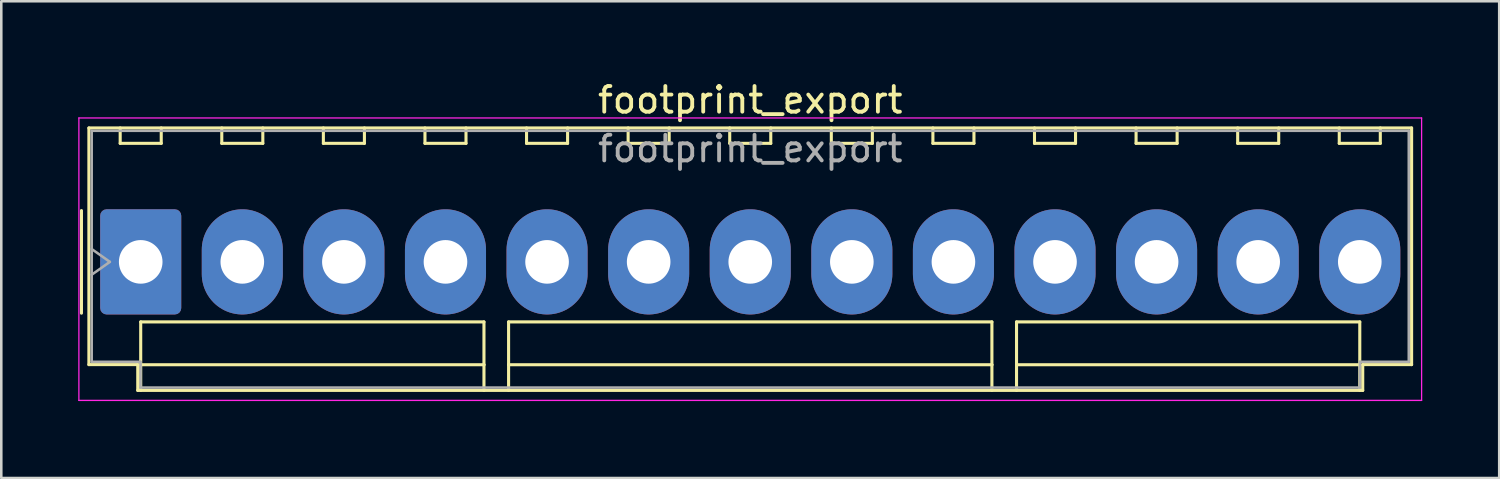
<source format=kicad_pcb>
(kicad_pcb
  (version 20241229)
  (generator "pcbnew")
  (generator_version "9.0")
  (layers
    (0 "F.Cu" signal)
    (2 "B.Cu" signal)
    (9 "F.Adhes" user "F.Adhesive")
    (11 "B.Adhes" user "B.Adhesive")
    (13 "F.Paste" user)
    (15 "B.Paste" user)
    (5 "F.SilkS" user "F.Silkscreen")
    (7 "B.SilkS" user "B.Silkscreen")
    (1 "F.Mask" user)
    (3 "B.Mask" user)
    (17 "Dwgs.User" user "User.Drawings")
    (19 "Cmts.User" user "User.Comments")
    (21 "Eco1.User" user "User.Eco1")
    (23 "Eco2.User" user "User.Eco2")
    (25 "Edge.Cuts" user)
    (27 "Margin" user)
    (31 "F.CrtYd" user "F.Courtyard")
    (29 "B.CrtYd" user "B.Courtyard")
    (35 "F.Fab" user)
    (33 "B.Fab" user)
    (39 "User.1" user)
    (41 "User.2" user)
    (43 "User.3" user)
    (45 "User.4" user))
  (footprint "footprint_export"
    (layer "F.Cu")
    (at 2.435 7.158)
    (property "Reference" "footprint_export" (at 23.76 -6.31 0) (layer "F.SilkS") (effects (font (size 1 1) (thickness 0.15))))
    (attr through_hole)
    (fp_line (start -2.31 -2) (end -2.31 2) (stroke (width 0.12) (type solid)) (layer "F.SilkS"))
    (fp_line (start -2.02 -5.22) (end 49.54 -5.22) (stroke (width 0.12) (type solid)) (layer "F.SilkS"))
    (fp_line (start -2.02 4.005) (end -2.02 -5.22) (stroke (width 0.12) (type solid)) (layer "F.SilkS"))
    (fp_line (start -0.8 -5.22) (end -0.8 -4.62) (stroke (width 0.12) (type solid)) (layer "F.SilkS"))
    (fp_line (start -0.8 -4.62) (end 0.8 -4.62) (stroke (width 0.12) (type solid)) (layer "F.SilkS"))
    (fp_line (start -0.115 4.005) (end -2.02 4.005) (stroke (width 0.12) (type solid)) (layer "F.SilkS"))
    (fp_line (start -0.115 5.01) (end -0.115 4.005) (stroke (width 0.12) (type solid)) (layer "F.SilkS"))
    (fp_line (start 0 2.34) (end 13.38 2.34) (stroke (width 0.12) (type solid)) (layer "F.SilkS"))
    (fp_line (start 0 4.01) (end 0 2.34) (stroke (width 0.12) (type solid)) (layer "F.SilkS"))
    (fp_line (start 0 4.01) (end 13.38 4.01) (stroke (width 0.12) (type solid)) (layer "F.SilkS"))
    (fp_line (start 0 5.01) (end 0 4.01) (stroke (width 0.12) (type solid)) (layer "F.SilkS"))
    (fp_line (start 0.8 -4.62) (end 0.8 -5.22) (stroke (width 0.12) (type solid)) (layer "F.SilkS"))
    (fp_line (start 3.16 -5.22) (end 3.16 -4.62) (stroke (width 0.12) (type solid)) (layer "F.SilkS"))
    (fp_line (start 3.16 -4.62) (end 4.76 -4.62) (stroke (width 0.12) (type solid)) (layer "F.SilkS"))
    (fp_line (start 4.76 -4.62) (end 4.76 -5.22) (stroke (width 0.12) (type solid)) (layer "F.SilkS"))
    (fp_line (start 7.12 -5.22) (end 7.12 -4.62) (stroke (width 0.12) (type solid)) (layer "F.SilkS"))
    (fp_line (start 7.12 -4.62) (end 8.72 -4.62) (stroke (width 0.12) (type solid)) (layer "F.SilkS"))
    (fp_line (start 8.72 -4.62) (end 8.72 -5.22) (stroke (width 0.12) (type solid)) (layer "F.SilkS"))
    (fp_line (start 11.08 -5.22) (end 11.08 -4.62) (stroke (width 0.12) (type solid)) (layer "F.SilkS"))
    (fp_line (start 11.08 -4.62) (end 12.68 -4.62) (stroke (width 0.12) (type solid)) (layer "F.SilkS"))
    (fp_line (start 12.68 -4.62) (end 12.68 -5.22) (stroke (width 0.12) (type solid)) (layer "F.SilkS"))
    (fp_line (start 13.38 2.34) (end 13.38 4.01) (stroke (width 0.12) (type solid)) (layer "F.SilkS"))
    (fp_line (start 13.38 4.01) (end 13.38 5.01) (stroke (width 0.12) (type solid)) (layer "F.SilkS"))
    (fp_line (start 14.34 2.34) (end 33.18 2.34) (stroke (width 0.12) (type solid)) (layer "F.SilkS"))
    (fp_line (start 14.34 4.01) (end 14.34 2.34) (stroke (width 0.12) (type solid)) (layer "F.SilkS"))
    (fp_line (start 14.34 4.01) (end 33.18 4.01) (stroke (width 0.12) (type solid)) (layer "F.SilkS"))
    (fp_line (start 14.34 5.01) (end 14.34 4.01) (stroke (width 0.12) (type solid)) (layer "F.SilkS"))
    (fp_line (start 15.04 -5.22) (end 15.04 -4.62) (stroke (width 0.12) (type solid)) (layer "F.SilkS"))
    (fp_line (start 15.04 -4.62) (end 16.64 -4.62) (stroke (width 0.12) (type solid)) (layer "F.SilkS"))
    (fp_line (start 16.64 -4.62) (end 16.64 -5.22) (stroke (width 0.12) (type solid)) (layer "F.SilkS"))
    (fp_line (start 19 -5.22) (end 19 -4.62) (stroke (width 0.12) (type solid)) (layer "F.SilkS"))
    (fp_line (start 19 -4.62) (end 20.6 -4.62) (stroke (width 0.12) (type solid)) (layer "F.SilkS"))
    (fp_line (start 20.6 -4.62) (end 20.6 -5.22) (stroke (width 0.12) (type solid)) (layer "F.SilkS"))
    (fp_line (start 22.96 -5.22) (end 22.96 -4.62) (stroke (width 0.12) (type solid)) (layer "F.SilkS"))
    (fp_line (start 22.96 -4.62) (end 24.56 -4.62) (stroke (width 0.12) (type solid)) (layer "F.SilkS"))
    (fp_line (start 24.56 -4.62) (end 24.56 -5.22) (stroke (width 0.12) (type solid)) (layer "F.SilkS"))
    (fp_line (start 26.92 -5.22) (end 26.92 -4.62) (stroke (width 0.12) (type solid)) (layer "F.SilkS"))
    (fp_line (start 26.92 -4.62) (end 28.52 -4.62) (stroke (width 0.12) (type solid)) (layer "F.SilkS"))
    (fp_line (start 28.52 -4.62) (end 28.52 -5.22) (stroke (width 0.12) (type solid)) (layer "F.SilkS"))
    (fp_line (start 30.88 -5.22) (end 30.88 -4.62) (stroke (width 0.12) (type solid)) (layer "F.SilkS"))
    (fp_line (start 30.88 -4.62) (end 32.48 -4.62) (stroke (width 0.12) (type solid)) (layer "F.SilkS"))
    (fp_line (start 32.48 -4.62) (end 32.48 -5.22) (stroke (width 0.12) (type solid)) (layer "F.SilkS"))
    (fp_line (start 33.18 2.34) (end 33.18 4.01) (stroke (width 0.12) (type solid)) (layer "F.SilkS"))
    (fp_line (start 33.18 4.01) (end 33.18 5.01) (stroke (width 0.12) (type solid)) (layer "F.SilkS"))
    (fp_line (start 34.14 2.34) (end 47.52 2.34) (stroke (width 0.12) (type solid)) (layer "F.SilkS"))
    (fp_line (start 34.14 4.01) (end 34.14 2.34) (stroke (width 0.12) (type solid)) (layer "F.SilkS"))
    (fp_line (start 34.14 4.01) (end 47.52 4.01) (stroke (width 0.12) (type solid)) (layer "F.SilkS"))
    (fp_line (start 34.14 5.01) (end 34.14 4.01) (stroke (width 0.12) (type solid)) (layer "F.SilkS"))
    (fp_line (start 34.84 -5.22) (end 34.84 -4.62) (stroke (width 0.12) (type solid)) (layer "F.SilkS"))
    (fp_line (start 34.84 -4.62) (end 36.44 -4.62) (stroke (width 0.12) (type solid)) (layer "F.SilkS"))
    (fp_line (start 36.44 -4.62) (end 36.44 -5.22) (stroke (width 0.12) (type solid)) (layer "F.SilkS"))
    (fp_line (start 38.8 -5.22) (end 38.8 -4.62) (stroke (width 0.12) (type solid)) (layer "F.SilkS"))
    (fp_line (start 38.8 -4.62) (end 40.4 -4.62) (stroke (width 0.12) (type solid)) (layer "F.SilkS"))
    (fp_line (start 40.4 -4.62) (end 40.4 -5.22) (stroke (width 0.12) (type solid)) (layer "F.SilkS"))
    (fp_line (start 42.76 -5.22) (end 42.76 -4.62) (stroke (width 0.12) (type solid)) (layer "F.SilkS"))
    (fp_line (start 42.76 -4.62) (end 44.36 -4.62) (stroke (width 0.12) (type solid)) (layer "F.SilkS"))
    (fp_line (start 44.36 -4.62) (end 44.36 -5.22) (stroke (width 0.12) (type solid)) (layer "F.SilkS"))
    (fp_line (start 46.72 -5.22) (end 46.72 -4.62) (stroke (width 0.12) (type solid)) (layer "F.SilkS"))
    (fp_line (start 46.72 -4.62) (end 48.32 -4.62) (stroke (width 0.12) (type solid)) (layer "F.SilkS"))
    (fp_line (start 47.52 2.34) (end 47.52 4.01) (stroke (width 0.12) (type solid)) (layer "F.SilkS"))
    (fp_line (start 47.52 4.01) (end 47.52 5.01) (stroke (width 0.12) (type solid)) (layer "F.SilkS"))
    (fp_line (start 47.635 4.005) (end 47.635 5.01) (stroke (width 0.12) (type solid)) (layer "F.SilkS"))
    (fp_line (start 47.635 5.01) (end -0.115 5.01) (stroke (width 0.12) (type solid)) (layer "F.SilkS"))
    (fp_line (start 48.32 -4.62) (end 48.32 -5.22) (stroke (width 0.12) (type solid)) (layer "F.SilkS"))
    (fp_line (start 49.54 -5.22) (end 49.54 4.005) (stroke (width 0.12) (type solid)) (layer "F.SilkS"))
    (fp_line (start 49.54 4.005) (end 47.635 4.005) (stroke (width 0.12) (type solid)) (layer "F.SilkS"))
    (fp_line (start -2.41 -5.61) (end -2.41 5.4) (stroke (width 0.05) (type solid)) (layer "F.CrtYd"))
    (fp_line (start -2.41 5.4) (end 49.93 5.4) (stroke (width 0.05) (type solid)) (layer "F.CrtYd"))
    (fp_line (start 49.93 -5.61) (end -2.41 -5.61) (stroke (width 0.05) (type solid)) (layer "F.CrtYd"))
    (fp_line (start 49.93 5.4) (end 49.93 -5.61) (stroke (width 0.05) (type solid)) (layer "F.CrtYd"))
    (fp_line (start -1.91 -5.11) (end 49.43 -5.11) (stroke (width 0.1) (type solid)) (layer "F.Fab"))
    (fp_line (start -1.91 -0.5) (end -1.203 0) (stroke (width 0.1) (type solid)) (layer "F.Fab"))
    (fp_line (start -1.91 3.895) (end -1.91 -5.11) (stroke (width 0.1) (type solid)) (layer "F.Fab"))
    (fp_line (start -1.203 0) (end -1.91 0.5) (stroke (width 0.1) (type solid)) (layer "F.Fab"))
    (fp_line (start -0.005 3.895) (end -1.91 3.895) (stroke (width 0.1) (type solid)) (layer "F.Fab"))
    (fp_line (start -0.005 4.9) (end -0.005 3.895) (stroke (width 0.1) (type solid)) (layer "F.Fab"))
    (fp_line (start 47.525 3.895) (end 47.525 4.9) (stroke (width 0.1) (type solid)) (layer "F.Fab"))
    (fp_line (start 47.525 4.9) (end -0.005 4.9) (stroke (width 0.1) (type solid)) (layer "F.Fab"))
    (fp_line (start 49.43 -5.11) (end 49.43 3.895) (stroke (width 0.1) (type solid)) (layer "F.Fab"))
    (fp_line (start 49.43 3.895) (end 47.525 3.895) (stroke (width 0.1) (type solid)) (layer "F.Fab"))
    (fp_text user "${REFERENCE}" (at 23.76 -4.41 0) (layer "F.Fab") (effects (font (size 1 1) (thickness 0.15))))
    (pad "1" thru_hole roundrect (at 0 0) (size 3.16 4.1) (drill 1.7) (layers "*.Cu" "*.Mask") (roundrect_rratio 0.079))
    (pad "2" thru_hole oval (at 3.96 0) (size 3.16 4.1) (drill 1.7) (layers "*.Cu" "*.Mask"))
    (pad "3" thru_hole oval (at 7.92 0) (size 3.16 4.1) (drill 1.7) (layers "*.Cu" "*.Mask"))
    (pad "4" thru_hole oval (at 11.88 0) (size 3.16 4.1) (drill 1.7) (layers "*.Cu" "*.Mask"))
    (pad "5" thru_hole oval (at 15.84 0) (size 3.16 4.1) (drill 1.7) (layers "*.Cu" "*.Mask"))
    (pad "6" thru_hole oval (at 19.8 0) (size 3.16 4.1) (drill 1.7) (layers "*.Cu" "*.Mask"))
    (pad "7" thru_hole oval (at 23.76 0) (size 3.16 4.1) (drill 1.7) (layers "*.Cu" "*.Mask"))
    (pad "8" thru_hole oval (at 27.72 0) (size 3.16 4.1) (drill 1.7) (layers "*.Cu" "*.Mask"))
    (pad "9" thru_hole oval (at 31.68 0) (size 3.16 4.1) (drill 1.7) (layers "*.Cu" "*.Mask"))
    (pad "10" thru_hole oval (at 35.64 0) (size 3.16 4.1) (drill 1.7) (layers "*.Cu" "*.Mask"))
    (pad "11" thru_hole oval (at 39.6 0) (size 3.16 4.1) (drill 1.7) (layers "*.Cu" "*.Mask"))
    (pad "12" thru_hole oval (at 43.56 0) (size 3.16 4.1) (drill 1.7) (layers "*.Cu" "*.Mask"))
    (pad "13" thru_hole oval (at 47.52 0) (size 3.16 4.1) (drill 1.7) (layers "*.Cu" "*.Mask")))
  (gr_rect
    (start -3 -3)
    (end 55.39 15.583)
    (stroke (width 0.1) (type default))
    (fill no)
    (layer "Edge.Cuts")))
</source>
